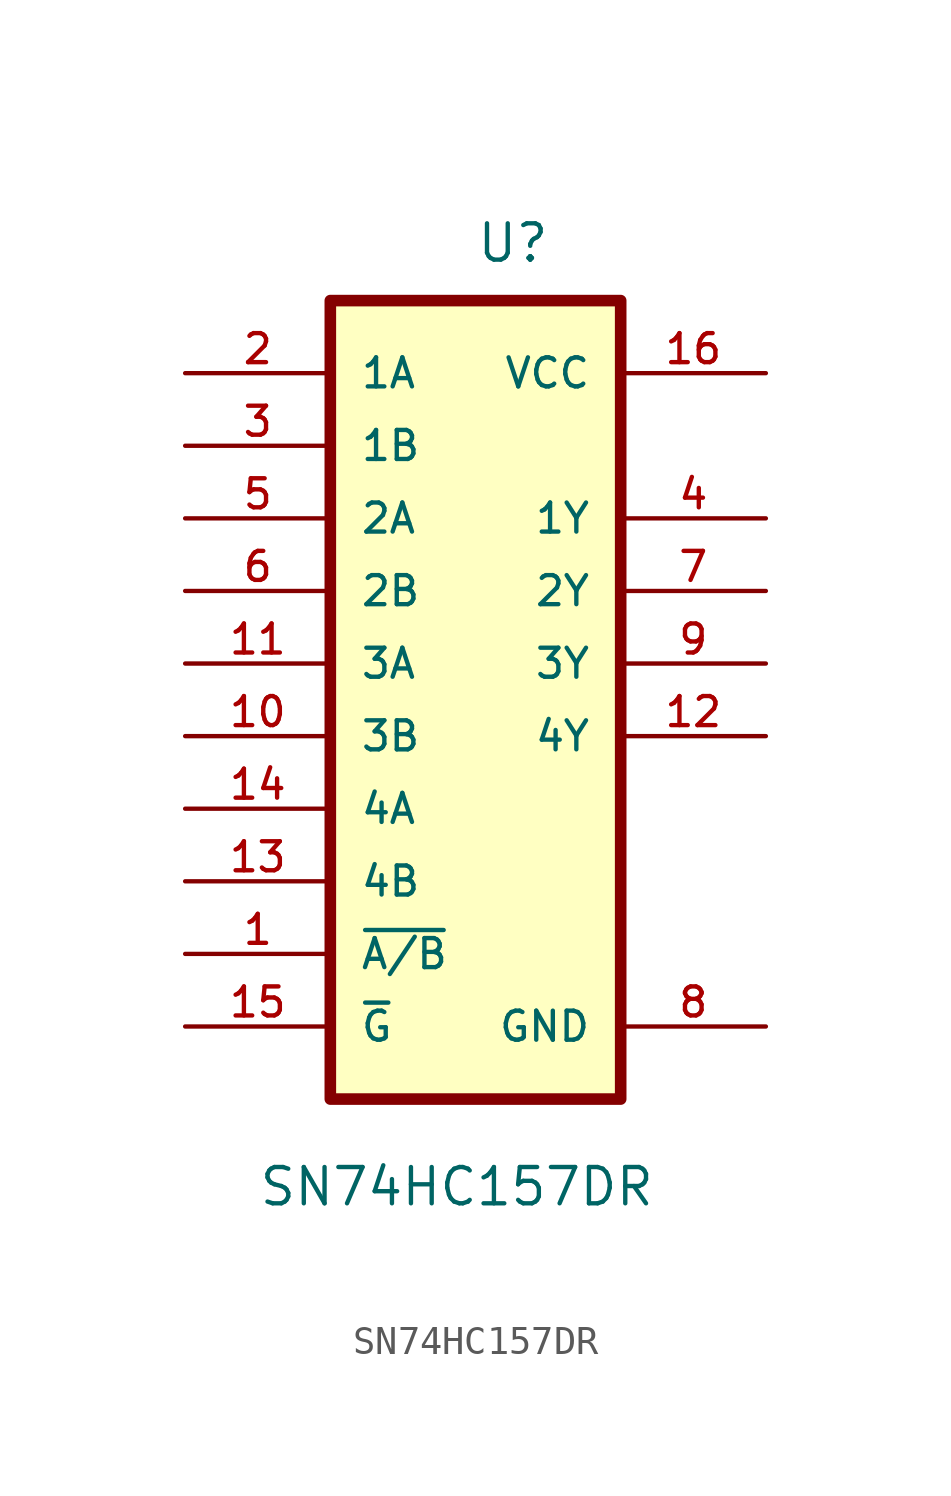
<source format=kicad_sym>
(kicad_symbol_lib
  (version 20211014)
  (generator kicad_symbol_editor)
  (symbol "SN74HC157DR"
    (pin_names
      (offset 1.016))
    (property "Reference" "U"
      (at -7.62 16.51 0)
      (effects (font (size 1.27 1.27)) (justify left bottom)))
    (property "Value" "SN74HC157DR"
      (at -15.24 -16.51 0)
      (effects (font (size 1.27 1.27)) (justify left bottom)))
    (property "ki_locked" ""
      (at 0 0 0)
      (effects (font (size 1.27 1.27))))
    (symbol "SN74HC157DR_0_0"
      (rectangle (start -12.7 15.24) (end -2.54 -12.7) (stroke (width 0.406) (type default) (color 0 0 0 0)) (fill (type background)))
      (pin input line (at -17.78 -7.62 0) (length 5.08) (name "~{A/B}" (effects (font (size 1.016 1.016)))) (number "1" (effects (font (size 1.016 1.016)))))
      (pin input line (at -17.78 0 0) (length 5.08) (name "3B" (effects (font (size 1.016 1.016)))) (number "10" (effects (font (size 1.016 1.016)))))
      (pin input line (at -17.78 2.54 0) (length 5.08) (name "3A" (effects (font (size 1.016 1.016)))) (number "11" (effects (font (size 1.016 1.016)))))
      (pin output line (at 2.54 0 180) (length 5.08) (name "4Y" (effects (font (size 1.016 1.016)))) (number "12" (effects (font (size 1.016 1.016)))))
      (pin input line (at -17.78 -5.08 0) (length 5.08) (name "4B" (effects (font (size 1.016 1.016)))) (number "13" (effects (font (size 1.016 1.016)))))
      (pin input line (at -17.78 -2.54 0) (length 5.08) (name "4A" (effects (font (size 1.016 1.016)))) (number "14" (effects (font (size 1.016 1.016)))))
      (pin input line (at -17.78 -10.16 0) (length 5.08) (name "~{G}" (effects (font (size 1.016 1.016)))) (number "15" (effects (font (size 1.016 1.016)))))
      (pin power_in line (at 2.54 12.7 180) (length 5.08) (name "VCC" (effects (font (size 1.016 1.016)))) (number "16" (effects (font (size 1.016 1.016)))))
      (pin input line (at -17.78 12.7 0) (length 5.08) (name "1A" (effects (font (size 1.016 1.016)))) (number "2" (effects (font (size 1.016 1.016)))))
      (pin input line (at -17.78 10.16 0) (length 5.08) (name "1B" (effects (font (size 1.016 1.016)))) (number "3" (effects (font (size 1.016 1.016)))))
      (pin output line (at 2.54 7.62 180) (length 5.08) (name "1Y" (effects (font (size 1.016 1.016)))) (number "4" (effects (font (size 1.016 1.016)))))
      (pin input line (at -17.78 7.62 0) (length 5.08) (name "2A" (effects (font (size 1.016 1.016)))) (number "5" (effects (font (size 1.016 1.016)))))
      (pin input line (at -17.78 5.08 0) (length 5.08) (name "2B" (effects (font (size 1.016 1.016)))) (number "6" (effects (font (size 1.016 1.016)))))
      (pin output line (at 2.54 5.08 180) (length 5.08) (name "2Y" (effects (font (size 1.016 1.016)))) (number "7" (effects (font (size 1.016 1.016)))))
      (pin power_in line (at 2.54 -10.16 180) (length 5.08) (name "GND" (effects (font (size 1.016 1.016)))) (number "8" (effects (font (size 1.016 1.016)))))
      (pin output line (at 2.54 2.54 180) (length 5.08) (name "3Y" (effects (font (size 1.016 1.016)))) (number "9" (effects (font (size 1.016 1.016))))))))
</source>
